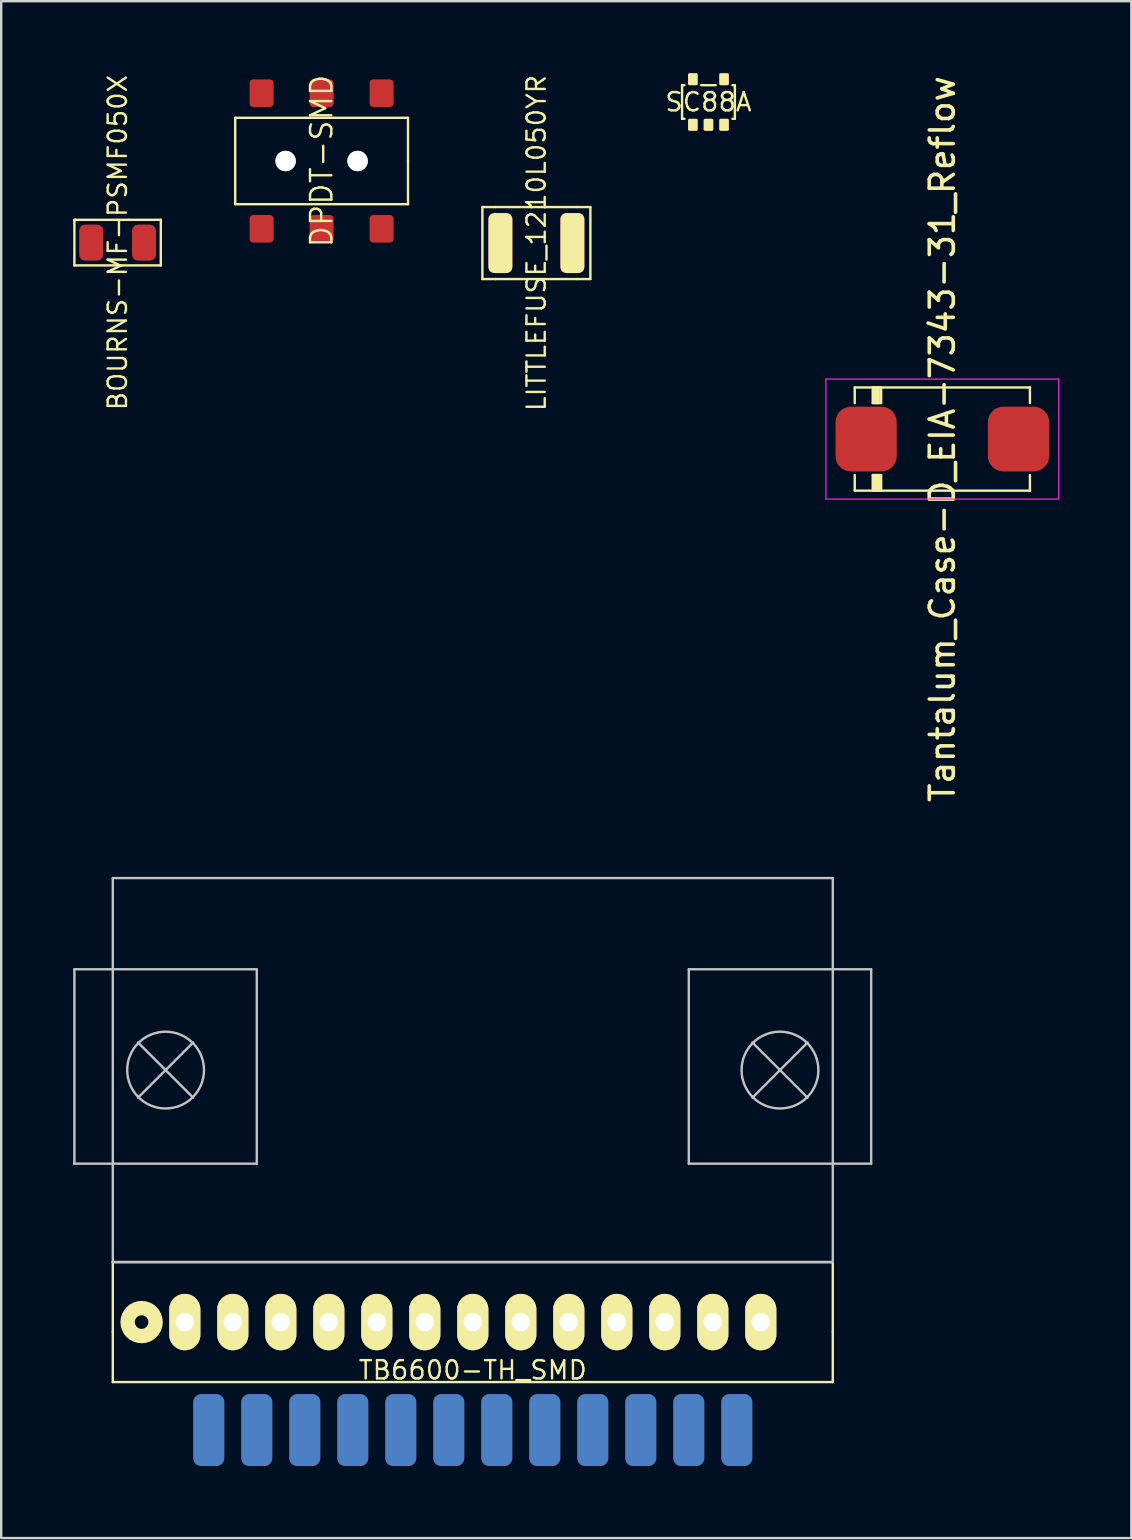
<source format=kicad_pcb>
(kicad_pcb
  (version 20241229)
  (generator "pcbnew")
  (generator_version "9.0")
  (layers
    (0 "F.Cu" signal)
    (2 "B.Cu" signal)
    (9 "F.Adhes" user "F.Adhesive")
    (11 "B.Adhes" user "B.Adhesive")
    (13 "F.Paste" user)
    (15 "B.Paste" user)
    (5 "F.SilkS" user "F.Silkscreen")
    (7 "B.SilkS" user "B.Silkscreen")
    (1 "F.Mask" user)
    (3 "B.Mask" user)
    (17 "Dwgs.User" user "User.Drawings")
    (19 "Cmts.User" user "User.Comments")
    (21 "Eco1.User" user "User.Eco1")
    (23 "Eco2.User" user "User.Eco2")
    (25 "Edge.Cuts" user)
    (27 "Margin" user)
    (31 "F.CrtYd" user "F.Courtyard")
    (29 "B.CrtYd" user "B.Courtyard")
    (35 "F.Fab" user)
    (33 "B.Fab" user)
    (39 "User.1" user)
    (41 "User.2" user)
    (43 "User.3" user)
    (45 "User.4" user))
  (footprint "BOURNS-MF-PSMF050X"
    (layer "F.Cu")
    (at 1.85 7.059)
    (property "Reference" "BOURNS-MF-PSMF050X" (at 0 0 90) (layer "F.SilkS") (effects (font (size 0.762 0.762) (thickness 0.1))))
    (attr through_hole)
    (fp_line (start -1.8 -0.95) (end -1.8 0.95) (stroke (width 0.1) (type solid)) (layer "F.SilkS"))
    (fp_line (start -1.8 0.95) (end 1.8 0.95) (stroke (width 0.1) (type solid)) (layer "F.SilkS"))
    (fp_line (start -1.75 -0.95) (end -1.8 -0.95) (stroke (width 0.1) (type solid)) (layer "F.SilkS"))
    (fp_line (start 0 -0.95) (end -1.75 -0.95) (stroke (width 0.1) (type solid)) (layer "F.SilkS"))
    (fp_line (start 0 -0.95) (end 0.45 -0.95) (stroke (width 0.1) (type solid)) (layer "F.SilkS"))
    (fp_line (start 1.8 -0.95) (end 0.45 -0.95) (stroke (width 0.1) (type solid)) (layer "F.SilkS"))
    (fp_line (start 1.8 0.95) (end 1.8 -0.95) (stroke (width 0.1) (type solid)) (layer "F.SilkS"))
    (pad "1" smd roundrect (at 1.1 0) (size 1 1.5) (layers "F.Cu" "F.Mask" "F.Paste") (roundrect_rratio 0.25))
    (pad "2" smd roundrect (at -1.1 0) (size 1 1.5) (layers "F.Cu" "F.Mask" "F.Paste") (roundrect_rratio 0.25)))
  (footprint "LITTLEFUSE_1210L050YR"
    (layer "F.Cu")
    (at 19.3 7.077)
    (property "Reference" "LITTLEFUSE_1210L050YR" (at 0 0 90) (layer "F.SilkS") (effects (font (size 0.762 0.762) (thickness 0.1))))
    (attr through_hole)
    (fp_line (start -2.25 -1.5) (end -2.25 1.5) (stroke (width 0.1) (type solid)) (layer "F.SilkS"))
    (fp_line (start -2.25 1.5) (end -1.7 1.5) (stroke (width 0.1) (type solid)) (layer "F.SilkS"))
    (fp_line (start -1.7 -1.5) (end -2.25 -1.5) (stroke (width 0.1) (type solid)) (layer "F.SilkS"))
    (fp_line (start -1.7 -1.5) (end 1.7 -1.5) (stroke (width 0.1) (type solid)) (layer "F.SilkS"))
    (fp_line (start -1.7 1.5) (end 1.7 1.5) (stroke (width 0.1) (type solid)) (layer "F.SilkS"))
    (fp_line (start 1.7 -1.5) (end 2.25 -1.5) (stroke (width 0.1) (type solid)) (layer "F.SilkS"))
    (fp_line (start 2.25 -1.5) (end 2.25 1.5) (stroke (width 0.1) (type solid)) (layer "F.SilkS"))
    (fp_line (start 2.25 1.5) (end 1.7 1.5) (stroke (width 0.1) (type solid)) (layer "F.SilkS"))
    (pad "1" smd roundrect (at -1.5 0) (size 1 2.5) (layers "F.Cu" "F.Mask" "F.SilkS" "F.Paste") (roundrect_rratio 0.25))
    (pad "2" smd roundrect (at 1.5 0) (size 1 2.5) (layers "F.Cu" "F.Mask" "F.SilkS" "F.Paste") (roundrect_rratio 0.25)))
  (footprint "Tantalum_Case-D_EIA-7343-31_Reflow"
    (layer "F.Cu")
    (at 36.215 15.244)
    (property "Reference" "Tantalum_Case-D_EIA-7343-31_Reflow" (at 0 0 90) (layer "F.SilkS") (effects (font (size 1 1) (thickness 0.15))))
    (attr smd)
    (fp_line (start -3.65 -2.15) (end 3.65 -2.15) (stroke (width 0.1) (type solid)) (layer "F.SilkS"))
    (fp_line (start -3.65 -1.5) (end -3.65 -2.15) (stroke (width 0.1) (type solid)) (layer "F.SilkS"))
    (fp_line (start -3.65 2.15) (end -3.65 1.5) (stroke (width 0.1) (type solid)) (layer "F.SilkS"))
    (fp_line (start -2.9 -2.15) (end -2.55 -2.15) (stroke (width 0.1) (type solid)) (layer "F.SilkS"))
    (fp_line (start -2.9 -1.5) (end -2.9 -2.15) (stroke (width 0.1) (type solid)) (layer "F.SilkS"))
    (fp_line (start -2.9 1.5) (end -2.55 1.5) (stroke (width 0.1) (type solid)) (layer "F.SilkS"))
    (fp_line (start -2.9 2.15) (end -2.9 1.5) (stroke (width 0.1) (type solid)) (layer "F.SilkS"))
    (fp_line (start -2.85 -1.5) (end -2.85 -2.15) (stroke (width 0.1) (type solid)) (layer "F.SilkS"))
    (fp_line (start -2.85 1.5) (end -2.85 2.15) (stroke (width 0.1) (type solid)) (layer "F.SilkS"))
    (fp_line (start -2.8 -1.5) (end -2.8 -2.15) (stroke (width 0.1) (type solid)) (layer "F.SilkS"))
    (fp_line (start -2.8 1.5) (end -2.8 2.15) (stroke (width 0.1) (type solid)) (layer "F.SilkS"))
    (fp_line (start -2.75 -1.5) (end -2.75 -2.15) (stroke (width 0.1) (type solid)) (layer "F.SilkS"))
    (fp_line (start -2.75 1.5) (end -2.75 2.15) (stroke (width 0.1) (type solid)) (layer "F.SilkS"))
    (fp_line (start -2.7 -1.5) (end -2.7 -2.15) (stroke (width 0.1) (type solid)) (layer "F.SilkS"))
    (fp_line (start -2.7 1.5) (end -2.7 2.15) (stroke (width 0.1) (type solid)) (layer "F.SilkS"))
    (fp_line (start -2.65 -1.5) (end -2.65 -2.15) (stroke (width 0.1) (type solid)) (layer "F.SilkS"))
    (fp_line (start -2.65 1.5) (end -2.65 2.15) (stroke (width 0.1) (type solid)) (layer "F.SilkS"))
    (fp_line (start -2.6 1.5) (end -2.6 2.15) (stroke (width 0.1) (type solid)) (layer "F.SilkS"))
    (fp_line (start -2.55 -2.15) (end -2.55 -1.5) (stroke (width 0.1) (type solid)) (layer "F.SilkS"))
    (fp_line (start -2.55 -1.5) (end -2.9 -1.5) (stroke (width 0.1) (type solid)) (layer "F.SilkS"))
    (fp_line (start -2.55 1.5) (end -2.55 2.15) (stroke (width 0.1) (type solid)) (layer "F.SilkS"))
    (fp_line (start 3.65 -2.15) (end 3.65 -1.5) (stroke (width 0.1) (type solid)) (layer "F.SilkS"))
    (fp_line (start 3.65 1.5) (end 3.65 2.15) (stroke (width 0.1) (type solid)) (layer "F.SilkS"))
    (fp_line (start 3.65 2.15) (end -3.65 2.15) (stroke (width 0.1) (type solid)) (layer "F.SilkS"))
    (fp_line (start -4.85 -2.5) (end -4.85 2.5) (stroke (width 0.05) (type solid)) (layer "F.CrtYd"))
    (fp_line (start -4.85 2.5) (end 4.85 2.5) (stroke (width 0.05) (type solid)) (layer "F.CrtYd"))
    (fp_line (start 4.85 -2.5) (end -4.85 -2.5) (stroke (width 0.05) (type solid)) (layer "F.CrtYd"))
    (fp_line (start 4.85 2.5) (end 4.85 -2.5) (stroke (width 0.05) (type solid)) (layer "F.CrtYd"))
    (pad "1" smd roundrect (at -3.175 0) (size 2.55 2.7) (layers "F.Cu" "F.Mask" "F.Paste") (roundrect_rratio 0.25))
    (pad "2" smd roundrect (at 3.175 0) (size 2.55 2.7) (layers "F.Cu" "F.Mask" "F.Paste") (roundrect_rratio 0.25)))
  (footprint "SC88A"
    (layer "F.Cu")
    (at 26.47 1.2)
    (property "Reference" "SC88A" (at 0 0 180) (layer "F.SilkS") (effects (font (size 0.762 0.762) (thickness 0.1))))
    (attr through_hole)
    (fp_line (start -1.1 -0.7) (end -1.1 0.7) (stroke (width 0.1) (type solid)) (layer "F.SilkS"))
    (fp_line (start -1.1 0.7) (end -1 0.7) (stroke (width 0.1) (type solid)) (layer "F.SilkS"))
    (fp_line (start -1 -0.7) (end -1.1 -0.7) (stroke (width 0.1) (type solid)) (layer "F.SilkS"))
    (fp_line (start -0.3 -0.7) (end 0.3 -0.7) (stroke (width 0.1) (type solid)) (layer "F.SilkS"))
    (fp_line (start 1 -0.7) (end 1.1 -0.7) (stroke (width 0.1) (type solid)) (layer "F.SilkS"))
    (fp_line (start 1.1 -0.7) (end 1.1 0.7) (stroke (width 0.1) (type solid)) (layer "F.SilkS"))
    (fp_line (start 1.1 0.7) (end 1 0.7) (stroke (width 0.1) (type solid)) (layer "F.SilkS"))
    (pad "1" smd roundrect (at -0.65 0.95) (size 0.4 0.5) (layers "F.Cu" "F.Mask" "F.SilkS" "F.Paste") (roundrect_rratio 0.15))
    (pad "2" smd roundrect (at 0 0.95) (size 0.4 0.5) (layers "F.Cu" "F.Mask" "F.SilkS" "F.Paste") (roundrect_rratio 0.15))
    (pad "3" smd roundrect (at 0.65 0.95) (size 0.4 0.5) (layers "F.Cu" "F.Mask" "F.SilkS" "F.Paste") (roundrect_rratio 0.15))
    (pad "4" smd roundrect (at 0.65 -0.95) (size 0.4 0.5) (layers "F.Cu" "F.Mask" "F.SilkS" "F.Paste") (roundrect_rratio 0.15))
    (pad "5" smd roundrect (at -0.65 -0.95) (size 0.4 0.5) (layers "F.Cu" "F.Mask" "F.SilkS" "F.Paste") (roundrect_rratio 0.15)))
  (footprint "TB6600-TH_SMD"
    (layer "F.Cu")
    (at 16.65 54.038)
    (property "Reference" "TB6600-TH_SMD" (at 0 0 0) (layer "F.SilkS") (effects (font (size 0.762 0.762) (thickness 0.1))))
    (attr through_hole)
    (fp_line (start -15 -4.5) (end -15 -1.6) (stroke (width 0.1) (type solid)) (layer "F.SilkS"))
    (fp_line (start -15 -4.5) (end 15 -4.5) (stroke (width 0.1) (type solid)) (layer "F.SilkS"))
    (fp_line (start -15 -1.6) (end -15 0.5) (stroke (width 0.1) (type solid)) (layer "F.SilkS"))
    (fp_line (start -15 0.5) (end 15 0.5) (stroke (width 0.1) (type solid)) (layer "F.SilkS"))
    (fp_line (start 15 -4.5) (end 15 -1.6) (stroke (width 0.1) (type solid)) (layer "F.SilkS"))
    (fp_line (start 15 0.5) (end 15 -1.6) (stroke (width 0.1) (type solid)) (layer "F.SilkS"))
    (fp_circle (center -13.8 -2) (end -13.6 -1.8) (stroke (width 0.6) (type solid)) (fill no) (layer "F.SilkS"))
    (fp_line (start -16.6 -16.7) (end -16.6 -8.6) (stroke (width 0.1) (type solid)) (layer "Dwgs.User"))
    (fp_line (start -15 -20.5) (end 15 -20.5) (stroke (width 0.1) (type solid)) (layer "Dwgs.User"))
    (fp_line (start -15 -4.5) (end -15 -20.5) (stroke (width 0.1) (type solid)) (layer "Dwgs.User"))
    (fp_line (start -15 -4.5) (end 15 -4.5) (stroke (width 0.1) (type solid)) (layer "Dwgs.User"))
    (fp_line (start -13.95 -13.65) (end -11.65 -11.35) (stroke (width 0.1) (type solid)) (layer "Dwgs.User"))
    (fp_line (start -13.95 -11.35) (end -11.65 -13.65) (stroke (width 0.1) (type solid)) (layer "Dwgs.User"))
    (fp_line (start -9 -16.7) (end -16.6 -16.7) (stroke (width 0.1) (type solid)) (layer "Dwgs.User"))
    (fp_line (start -9 -8.6) (end -16.6 -8.6) (stroke (width 0.1) (type solid)) (layer "Dwgs.User"))
    (fp_line (start -9 -8.6) (end -9 -16.7) (stroke (width 0.1) (type solid)) (layer "Dwgs.User"))
    (fp_line (start 9 -16.7) (end 9 -8.6) (stroke (width 0.1) (type solid)) (layer "Dwgs.User"))
    (fp_line (start 11.65 -13.65) (end 13.95 -11.35) (stroke (width 0.1) (type solid)) (layer "Dwgs.User"))
    (fp_line (start 11.65 -11.35) (end 13.95 -13.65) (stroke (width 0.1) (type solid)) (layer "Dwgs.User"))
    (fp_line (start 15 -20.5) (end 15 -4.5) (stroke (width 0.1) (type solid)) (layer "Dwgs.User"))
    (fp_line (start 16.6 -16.7) (end 9 -16.7) (stroke (width 0.1) (type solid)) (layer "Dwgs.User"))
    (fp_line (start 16.6 -8.6) (end 9 -8.6) (stroke (width 0.1) (type solid)) (layer "Dwgs.User"))
    (fp_line (start 16.6 -8.6) (end 16.6 -16.7) (stroke (width 0.1) (type solid)) (layer "Dwgs.User"))
    (fp_circle (center -12.8 -12.5) (end -14.4 -12.5) (stroke (width 0.1) (type solid)) (fill no) (layer "Dwgs.User"))
    (fp_circle (center 12.8 -12.5) (end 14.4 -12.5) (stroke (width 0.1) (type solid)) (fill no) (layer "Dwgs.User"))
    (pad "1" thru_hole oval (at -12 -2) (size 1.3 2.35) (drill 0.762) (layers "*.Cu" "*.Mask" "F.SilkS"))
    (pad "2" smd roundrect (at -11 2.5) (size 1.3 3) (layers "B.Cu" "B.Mask" "B.Paste") (roundrect_rratio 0.25))
    (pad "3" thru_hole oval (at -10 -2) (size 1.3 2.35) (drill 0.762) (layers "*.Cu" "*.Mask" "F.SilkS"))
    (pad "4" smd roundrect (at -9 2.5) (size 1.3 3) (layers "B.Cu" "B.Mask" "B.Paste") (roundrect_rratio 0.25))
    (pad "5" thru_hole oval (at -8 -2) (size 1.3 2.35) (drill 0.762) (layers "*.Cu" "*.Mask" "F.SilkS"))
    (pad "6" smd roundrect (at -7 2.5) (size 1.3 3) (layers "B.Cu" "B.Mask" "B.Paste") (roundrect_rratio 0.25))
    (pad "7" thru_hole oval (at -6 -2) (size 1.3 2.35) (drill 0.762) (layers "*.Cu" "*.Mask" "F.SilkS"))
    (pad "8" smd roundrect (at -5 2.5) (size 1.3 3) (layers "B.Cu" "B.Mask" "B.Paste") (roundrect_rratio 0.25))
    (pad "9" thru_hole oval (at -4 -2) (size 1.3 2.35) (drill 0.762) (layers "*.Cu" "*.Mask" "F.SilkS"))
    (pad "10" smd roundrect (at -3 2.5) (size 1.3 3) (layers "B.Cu" "B.Mask" "B.Paste") (roundrect_rratio 0.25))
    (pad "11" thru_hole oval (at -2 -2) (size 1.3 2.35) (drill 0.762) (layers "*.Cu" "*.Mask" "F.SilkS"))
    (pad "12" smd roundrect (at -1 2.5) (size 1.3 3) (layers "B.Cu" "B.Mask" "B.Paste") (roundrect_rratio 0.25))
    (pad "13" thru_hole oval (at 0 -2) (size 1.3 2.35) (drill 0.762) (layers "*.Cu" "*.Mask" "F.SilkS"))
    (pad "14" smd roundrect (at 1 2.5) (size 1.3 3) (layers "B.Cu" "B.Mask" "B.Paste") (roundrect_rratio 0.25))
    (pad "15" thru_hole oval (at 2 -2) (size 1.3 2.35) (drill 0.762) (layers "*.Cu" "*.Mask" "F.SilkS"))
    (pad "16" smd roundrect (at 3 2.5) (size 1.3 3) (layers "B.Cu" "B.Mask" "B.Paste") (roundrect_rratio 0.25))
    (pad "17" thru_hole oval (at 4 -2) (size 1.3 2.35) (drill 0.762) (layers "*.Cu" "*.Mask" "F.SilkS"))
    (pad "18" smd roundrect (at 5 2.5) (size 1.3 3) (layers "B.Cu" "B.Mask" "B.Paste") (roundrect_rratio 0.25))
    (pad "19" thru_hole oval (at 6 -2) (size 1.3 2.35) (drill 0.762) (layers "*.Cu" "*.Mask" "F.SilkS"))
    (pad "20" smd roundrect (at 7 2.5) (size 1.3 3) (layers "B.Cu" "B.Mask" "B.Paste") (roundrect_rratio 0.25))
    (pad "21" thru_hole oval (at 8 -2) (size 1.3 2.35) (drill 0.762) (layers "*.Cu" "*.Mask" "F.SilkS"))
    (pad "22" smd roundrect (at 9 2.5) (size 1.3 3) (layers "B.Cu" "B.Mask" "B.Paste") (roundrect_rratio 0.25))
    (pad "23" thru_hole oval (at 10 -2) (size 1.3 2.35) (drill 0.762) (layers "*.Cu" "*.Mask" "F.SilkS"))
    (pad "24" smd roundrect (at 11 2.5) (size 1.3 3) (layers "B.Cu" "B.Mask" "B.Paste") (roundrect_rratio 0.25))
    (pad "25" thru_hole oval (at 12 -2) (size 1.3 2.35) (drill 0.762) (layers "*.Cu" "*.Mask" "F.SilkS")))
  (footprint "DPDT-SMD"
    (layer "F.Cu")
    (at 10.35 3.659)
    (property "Reference" "DPDT-SMD" (at 0 0 90) (layer "F.SilkS") (effects (font (size 0.889 0.889) (thickness 0.1))))
    (attr through_hole)
    (fp_line (start -3.6 -1.8) (end -3.6 1.8) (stroke (width 0.1) (type solid)) (layer "F.SilkS"))
    (fp_line (start -3.6 1.8) (end 3.6 1.8) (stroke (width 0.1) (type solid)) (layer "F.SilkS"))
    (fp_line (start 3.6 -1.8) (end -3.6 -1.8) (stroke (width 0.1) (type solid)) (layer "F.SilkS"))
    (fp_line (start 3.6 0) (end 3.6 -1.8) (stroke (width 0.1) (type solid)) (layer "F.SilkS"))
    (fp_line (start 3.6 1.8) (end 3.6 0) (stroke (width 0.1) (type solid)) (layer "F.SilkS"))
    (pad "" np_thru_hole circle (at -1.5 0) (size 0.85 0.85) (drill 0.85) (layers "*.Cu" "*.Mask" "F.SilkS"))
    (pad "" np_thru_hole circle (at 1.5 0) (size 0.85 0.85) (drill 0.85) (layers "*.Cu" "*.Mask" "F.SilkS"))
    (pad "1" smd roundrect (at -2.5 -2.825) (size 1 1.15) (layers "F.Cu" "F.Mask" "F.Paste") (roundrect_rratio 0.15))
    (pad "2" smd roundrect (at 0 -2.825) (size 1 1.15) (layers "F.Cu" "F.Mask" "F.Paste") (roundrect_rratio 0.15))
    (pad "3" smd roundrect (at 2.5 -2.825) (size 1 1.15) (layers "F.Cu" "F.Mask" "F.Paste") (roundrect_rratio 0.15))
    (pad "4" smd roundrect (at -2.5 2.825) (size 1 1.15) (layers "F.Cu" "F.Mask" "F.Paste") (roundrect_rratio 0.15))
    (pad "5" smd roundrect (at 0 2.825) (size 1 1.15) (layers "F.Cu" "F.Mask" "F.Paste") (roundrect_rratio 0.15))
    (pad "6" smd roundrect (at 2.5 2.825) (size 1 1.15) (layers "F.Cu" "F.Mask" "F.Paste") (roundrect_rratio 0.15)))
  (gr_rect
    (start -3 -3)
    (end 44.09 61.038)
    (stroke (width 0.1) (type default))
    (fill no)
    (layer "Edge.Cuts")))
</source>
